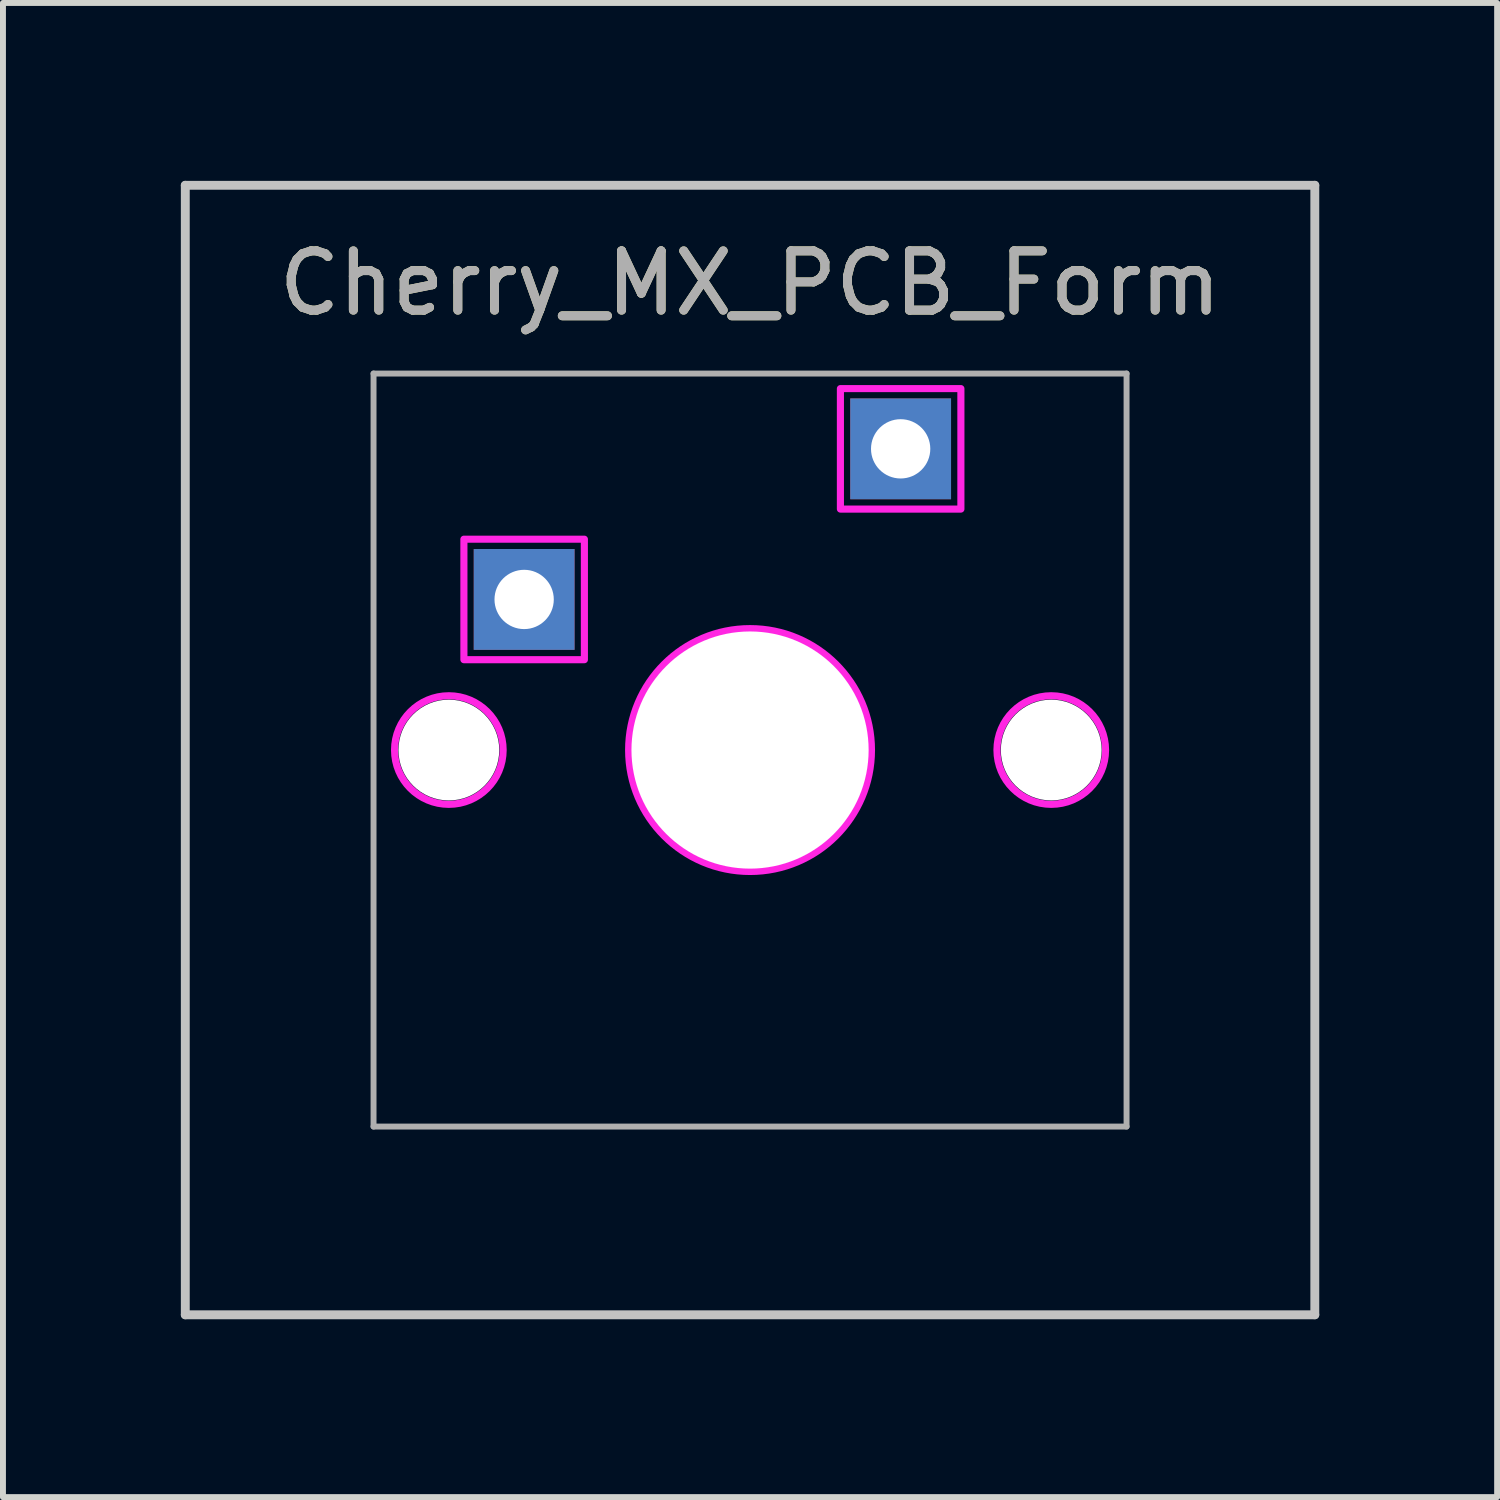
<source format=kicad_pcb>
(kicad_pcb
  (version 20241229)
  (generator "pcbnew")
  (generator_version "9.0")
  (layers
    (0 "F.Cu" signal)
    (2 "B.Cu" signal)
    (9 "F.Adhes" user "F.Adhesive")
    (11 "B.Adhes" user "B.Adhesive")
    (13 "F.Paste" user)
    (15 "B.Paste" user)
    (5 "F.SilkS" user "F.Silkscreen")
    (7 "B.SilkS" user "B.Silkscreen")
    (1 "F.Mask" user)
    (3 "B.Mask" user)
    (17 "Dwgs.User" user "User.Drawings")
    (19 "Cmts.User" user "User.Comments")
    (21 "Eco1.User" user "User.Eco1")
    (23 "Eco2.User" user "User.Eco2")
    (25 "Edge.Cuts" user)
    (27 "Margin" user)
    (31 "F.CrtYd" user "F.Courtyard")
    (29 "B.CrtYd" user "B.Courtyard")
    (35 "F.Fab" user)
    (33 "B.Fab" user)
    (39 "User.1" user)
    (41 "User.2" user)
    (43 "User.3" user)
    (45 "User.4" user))
  (footprint "Cherry_MX_PCB_Form"
    (layer "F.Cu")
    (at 12.14 4.52)
    (property "Reference" "Cherry_MX_PCB_Form" (at -2.54 -2.794 0) (layer "F.SilkS") (effects (font (size 1 1) (thickness 0.15))))
    (attr through_hole)
    (fp_line (start -12.065 -4.445) (end 6.985 -4.445) (stroke (width 0.15) (type solid)) (layer "Dwgs.User"))
    (fp_line (start -12.065 14.605) (end -12.065 -4.445) (stroke (width 0.15) (type solid)) (layer "Dwgs.User"))
    (fp_line (start 6.985 -4.445) (end 6.985 14.605) (stroke (width 0.15) (type solid)) (layer "Dwgs.User"))
    (fp_line (start 6.985 14.605) (end -12.065 14.605) (stroke (width 0.15) (type solid)) (layer "Dwgs.User"))
    (fp_rect (start -5.334 1.524) (end -7.366 3.556) (stroke (width 0.12) (type solid)) (fill no) (layer "F.CrtYd"))
    (fp_rect (start -1.016 -1.016) (end 1.016 1.016) (stroke (width 0.12) (type solid)) (fill no) (layer "F.CrtYd"))
    (fp_circle (center -7.62 5.08) (end -6.858 5.588) (stroke (width 0.12) (type solid)) (fill no) (layer "F.CrtYd"))
    (fp_circle (center -2.54 5.08) (end -0.762 6.096) (stroke (width 0.12) (type solid)) (fill no) (layer "F.CrtYd"))
    (fp_circle (center 2.54 5.08) (end 3.302 5.588) (stroke (width 0.12) (type solid)) (fill no) (layer "F.CrtYd"))
    (fp_line (start -8.89 -1.27) (end 3.81 -1.27) (stroke (width 0.1) (type solid)) (layer "F.Fab"))
    (fp_line (start -8.89 11.43) (end -8.89 -1.27) (stroke (width 0.1) (type solid)) (layer "F.Fab"))
    (fp_line (start 3.81 -1.27) (end 3.81 11.43) (stroke (width 0.1) (type solid)) (layer "F.Fab"))
    (fp_line (start 3.81 11.43) (end -8.89 11.43) (stroke (width 0.1) (type solid)) (layer "F.Fab"))
    (fp_text user "${REFERENCE}" (at -2.54 -2.794 0) (layer "F.Fab") (effects (font (size 1 1) (thickness 0.15))))
    (pad "" np_thru_hole circle (at -7.62 5.08) (size 1.7 1.7) (drill 1.7) (layers "*.Cu" "*.Mask"))
    (pad "" np_thru_hole circle (at -2.54 5.08) (size 4 4) (drill 4) (layers "*.Cu" "*.Mask"))
    (pad "" np_thru_hole circle (at 2.54 5.08) (size 1.7 1.7) (drill 1.7) (layers "*.Cu" "*.Mask"))
    (pad "1" thru_hole rect (at 0 0) (size 1.7 1.7) (drill 1) (layers "*.Cu" "*.Mask"))
    (pad "2" thru_hole rect (at -6.35 2.54) (size 1.7 1.7) (drill 1) (layers "*.Cu" "*.Mask")))
  (gr_rect
    (start -3 -3)
    (end 22.2 22.2)
    (stroke (width 0.1) (type default))
    (fill no)
    (layer "Edge.Cuts")))
</source>
